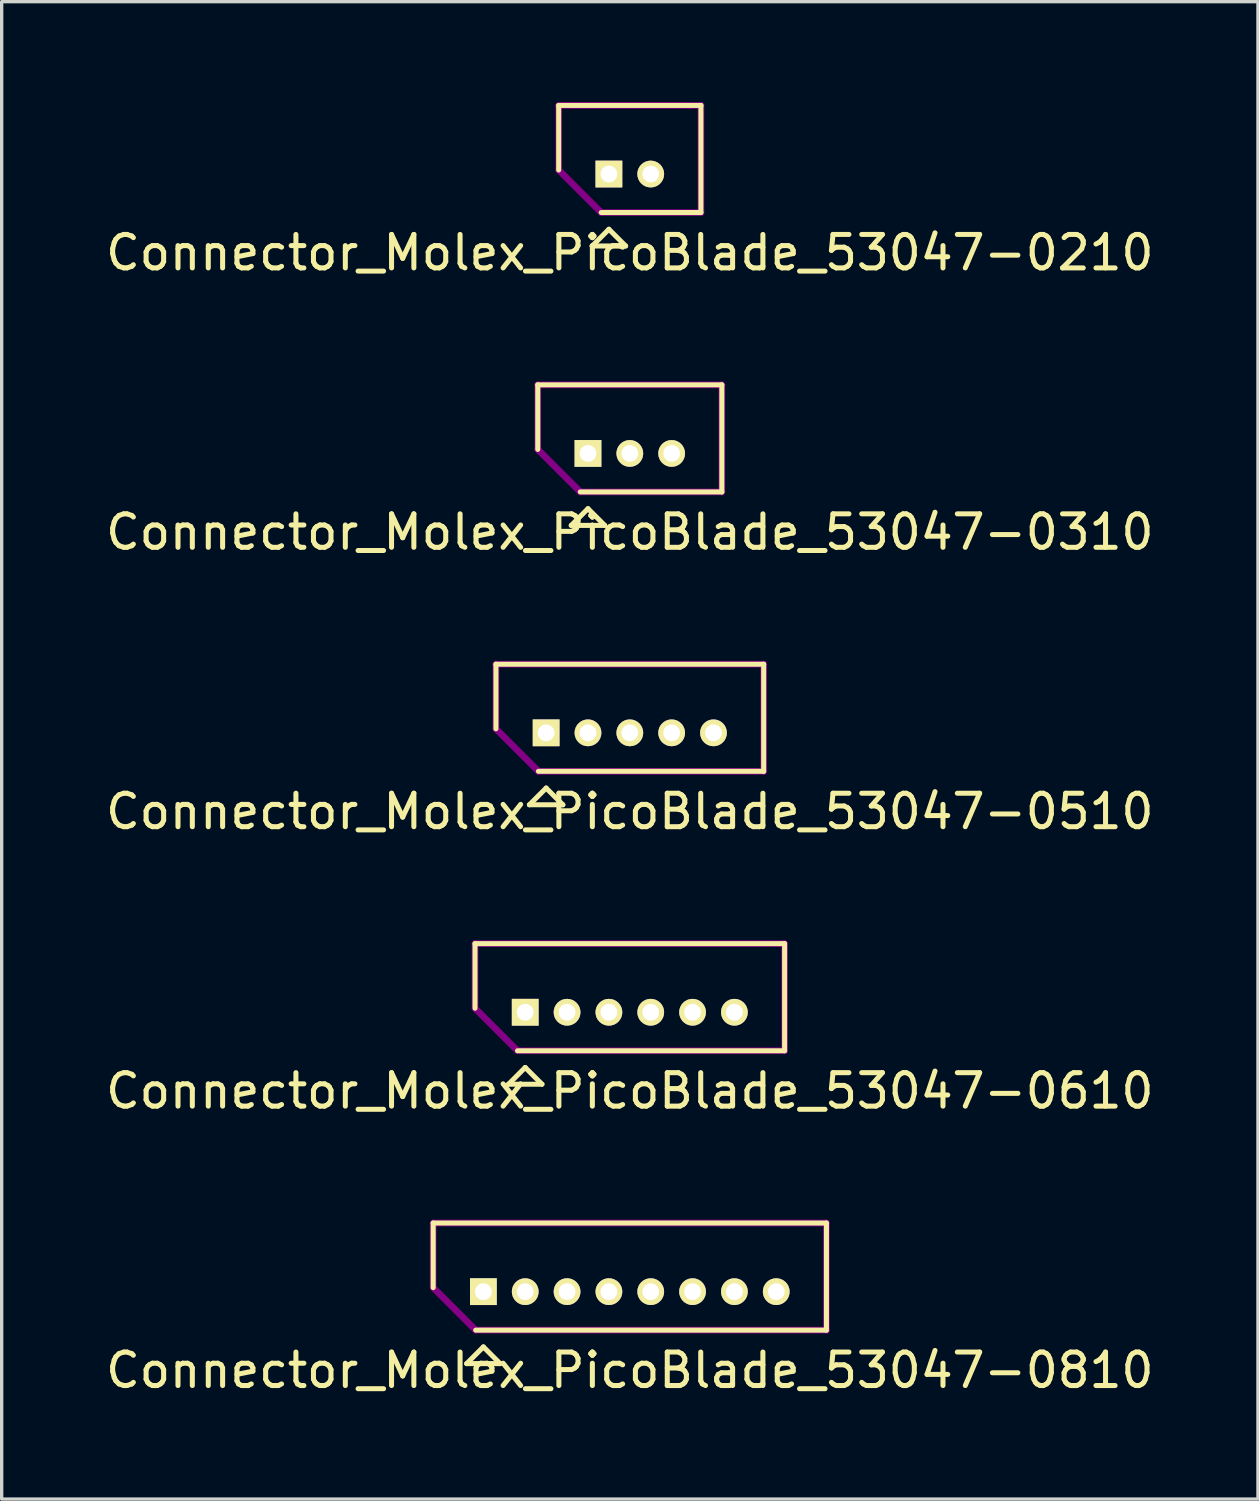
<source format=kicad_pcb>
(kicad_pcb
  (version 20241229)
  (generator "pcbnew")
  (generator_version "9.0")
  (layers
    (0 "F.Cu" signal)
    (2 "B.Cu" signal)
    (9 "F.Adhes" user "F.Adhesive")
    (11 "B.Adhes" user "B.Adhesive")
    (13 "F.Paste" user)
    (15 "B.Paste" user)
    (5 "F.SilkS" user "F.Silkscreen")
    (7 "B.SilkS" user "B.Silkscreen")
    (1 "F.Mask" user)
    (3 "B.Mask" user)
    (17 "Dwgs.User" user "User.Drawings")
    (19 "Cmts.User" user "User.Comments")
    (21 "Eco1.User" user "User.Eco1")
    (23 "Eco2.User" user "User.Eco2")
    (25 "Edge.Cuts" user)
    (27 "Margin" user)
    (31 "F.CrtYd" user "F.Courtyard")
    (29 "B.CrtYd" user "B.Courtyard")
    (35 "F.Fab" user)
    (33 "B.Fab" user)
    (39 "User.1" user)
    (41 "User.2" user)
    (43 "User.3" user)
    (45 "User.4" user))
  (footprint "Connector_Molex_PicoBlade_53047-0310"
    (layer "F.Cu")
    (at 14.518 10.498)
    (property "Reference" "Connector_Molex_PicoBlade_53047-0310" (at 1.25 2.35 0) (layer "F.SilkS") (effects (font (size 1 1) (thickness 0.15))))
    (attr through_hole)
    (fp_line (start -1.5 -2.05) (end 4 -2.05) (stroke (width 0.15) (type solid)) (layer "F.SilkS"))
    (fp_line (start -1.5 -0.12) (end -1.5 -2.05) (stroke (width 0.15) (type solid)) (layer "F.SilkS"))
    (fp_line (start -0.5 2.15) (end 0 1.65) (stroke (width 0.15) (type solid)) (layer "F.SilkS"))
    (fp_line (start 0 1.65) (end 0.5 2.15) (stroke (width 0.15) (type solid)) (layer "F.SilkS"))
    (fp_line (start 0.5 2.15) (end -0.5 2.15) (stroke (width 0.15) (type solid)) (layer "F.SilkS"))
    (fp_line (start 4 -2.05) (end 4 1.15) (stroke (width 0.15) (type solid)) (layer "F.SilkS"))
    (fp_line (start 4 1.15) (end -0.23 1.15) (stroke (width 0.15) (type solid)) (layer "F.SilkS"))
    (fp_line (start -1.5 -2.05) (end 4 -2.05) (stroke (width 0.2) (type solid)) (layer "F.Adhes"))
    (fp_line (start -1.5 -0.12) (end -1.5 -2.05) (stroke (width 0.2) (type solid)) (layer "F.Adhes"))
    (fp_line (start -0.23 1.15) (end -1.5 -0.12) (stroke (width 0.2) (type solid)) (layer "F.Adhes"))
    (fp_line (start 4 -2.05) (end 4 1.15) (stroke (width 0.2) (type solid)) (layer "F.Adhes"))
    (fp_line (start 4 1.15) (end -0.23 1.15) (stroke (width 0.2) (type solid)) (layer "F.Adhes"))
    (pad "1" thru_hole rect (at 0 0) (size 0.8 0.8) (drill 0.5) (layers "*.Cu" "*.Mask" "F.SilkS"))
    (pad "2" thru_hole oval (at 1.25 0) (size 0.8 0.8) (drill 0.5) (layers "*.Cu" "*.Mask" "F.SilkS"))
    (pad "3" thru_hole oval (at 2.5 0) (size 0.8 0.8) (drill 0.5) (layers "*.Cu" "*.Mask" "F.SilkS")))
  (footprint "Connector_Molex_PicoBlade_53047-0510"
    (layer "F.Cu")
    (at 13.268 18.846)
    (property "Reference" "Connector_Molex_PicoBlade_53047-0510" (at 2.5 2.35 0) (layer "F.SilkS") (effects (font (size 1 1) (thickness 0.15))))
    (attr through_hole)
    (fp_line (start -1.5 -2.05) (end 6.5 -2.05) (stroke (width 0.15) (type solid)) (layer "F.SilkS"))
    (fp_line (start -1.5 -0.12) (end -1.5 -2.05) (stroke (width 0.15) (type solid)) (layer "F.SilkS"))
    (fp_line (start -0.5 2.15) (end 0 1.65) (stroke (width 0.15) (type solid)) (layer "F.SilkS"))
    (fp_line (start 0 1.65) (end 0.5 2.15) (stroke (width 0.15) (type solid)) (layer "F.SilkS"))
    (fp_line (start 0.5 2.15) (end -0.5 2.15) (stroke (width 0.15) (type solid)) (layer "F.SilkS"))
    (fp_line (start 6.5 -2.05) (end 6.5 1.15) (stroke (width 0.15) (type solid)) (layer "F.SilkS"))
    (fp_line (start 6.5 1.15) (end -0.23 1.15) (stroke (width 0.15) (type solid)) (layer "F.SilkS"))
    (fp_line (start -1.5 -2.05) (end 6.5 -2.05) (stroke (width 0.2) (type solid)) (layer "F.Adhes"))
    (fp_line (start -1.5 -0.12) (end -1.5 -2.05) (stroke (width 0.2) (type solid)) (layer "F.Adhes"))
    (fp_line (start -0.23 1.15) (end -1.5 -0.12) (stroke (width 0.2) (type solid)) (layer "F.Adhes"))
    (fp_line (start 6.5 -2.05) (end 6.5 1.15) (stroke (width 0.2) (type solid)) (layer "F.Adhes"))
    (fp_line (start 6.5 1.15) (end -0.23 1.15) (stroke (width 0.2) (type solid)) (layer "F.Adhes"))
    (pad "1" thru_hole rect (at 0 0) (size 0.8 0.8) (drill 0.5) (layers "*.Cu" "*.Mask" "F.SilkS"))
    (pad "2" thru_hole oval (at 1.25 0) (size 0.8 0.8) (drill 0.5) (layers "*.Cu" "*.Mask" "F.SilkS"))
    (pad "3" thru_hole oval (at 2.5 0) (size 0.8 0.8) (drill 0.5) (layers "*.Cu" "*.Mask" "F.SilkS"))
    (pad "4" thru_hole oval (at 3.75 0) (size 0.8 0.8) (drill 0.5) (layers "*.Cu" "*.Mask" "F.SilkS"))
    (pad "5" thru_hole oval (at 5 0) (size 0.8 0.8) (drill 0.5) (layers "*.Cu" "*.Mask" "F.SilkS")))
  (footprint "Connector_Molex_PicoBlade_53047-0610"
    (layer "F.Cu")
    (at 12.643 27.195)
    (property "Reference" "Connector_Molex_PicoBlade_53047-0610" (at 3.125 2.35 0) (layer "F.SilkS") (effects (font (size 1 1) (thickness 0.15))))
    (attr through_hole)
    (fp_line (start -1.5 -2.05) (end 7.75 -2.05) (stroke (width 0.15) (type solid)) (layer "F.SilkS"))
    (fp_line (start -1.5 -0.12) (end -1.5 -2.05) (stroke (width 0.15) (type solid)) (layer "F.SilkS"))
    (fp_line (start -0.5 2.15) (end 0 1.65) (stroke (width 0.15) (type solid)) (layer "F.SilkS"))
    (fp_line (start 0 1.65) (end 0.5 2.15) (stroke (width 0.15) (type solid)) (layer "F.SilkS"))
    (fp_line (start 0.5 2.15) (end -0.5 2.15) (stroke (width 0.15) (type solid)) (layer "F.SilkS"))
    (fp_line (start 7.75 -2.05) (end 7.75 1.15) (stroke (width 0.15) (type solid)) (layer "F.SilkS"))
    (fp_line (start 7.75 1.15) (end -0.23 1.15) (stroke (width 0.15) (type solid)) (layer "F.SilkS"))
    (fp_line (start -1.5 -2.05) (end 7.75 -2.05) (stroke (width 0.2) (type solid)) (layer "F.Adhes"))
    (fp_line (start -1.5 -0.12) (end -1.5 -2.05) (stroke (width 0.2) (type solid)) (layer "F.Adhes"))
    (fp_line (start -0.23 1.15) (end -1.5 -0.12) (stroke (width 0.2) (type solid)) (layer "F.Adhes"))
    (fp_line (start 7.75 -2.05) (end 7.75 1.15) (stroke (width 0.2) (type solid)) (layer "F.Adhes"))
    (fp_line (start 7.75 1.15) (end -0.23 1.15) (stroke (width 0.2) (type solid)) (layer "F.Adhes"))
    (pad "1" thru_hole rect (at 0 0) (size 0.8 0.8) (drill 0.5) (layers "*.Cu" "*.Mask" "F.SilkS"))
    (pad "2" thru_hole oval (at 1.25 0) (size 0.8 0.8) (drill 0.5) (layers "*.Cu" "*.Mask" "F.SilkS"))
    (pad "3" thru_hole oval (at 2.5 0) (size 0.8 0.8) (drill 0.5) (layers "*.Cu" "*.Mask" "F.SilkS"))
    (pad "4" thru_hole oval (at 3.75 0) (size 0.8 0.8) (drill 0.5) (layers "*.Cu" "*.Mask" "F.SilkS"))
    (pad "5" thru_hole oval (at 5 0) (size 0.8 0.8) (drill 0.5) (layers "*.Cu" "*.Mask" "F.SilkS"))
    (pad "6" thru_hole oval (at 6.25 0) (size 0.8 0.8) (drill 0.5) (layers "*.Cu" "*.Mask" "F.SilkS")))
  (footprint "Connector_Molex_PicoBlade_53047-0810"
    (layer "F.Cu")
    (at 11.393 35.543)
    (property "Reference" "Connector_Molex_PicoBlade_53047-0810" (at 4.375 2.35 0) (layer "F.SilkS") (effects (font (size 1 1) (thickness 0.15))))
    (attr through_hole)
    (fp_line (start -1.5 -2.05) (end 10.25 -2.05) (stroke (width 0.15) (type solid)) (layer "F.SilkS"))
    (fp_line (start -1.5 -0.12) (end -1.5 -2.05) (stroke (width 0.15) (type solid)) (layer "F.SilkS"))
    (fp_line (start -0.5 2.15) (end 0 1.65) (stroke (width 0.15) (type solid)) (layer "F.SilkS"))
    (fp_line (start 0 1.65) (end 0.5 2.15) (stroke (width 0.15) (type solid)) (layer "F.SilkS"))
    (fp_line (start 0.5 2.15) (end -0.5 2.15) (stroke (width 0.15) (type solid)) (layer "F.SilkS"))
    (fp_line (start 10.25 -2.05) (end 10.25 1.15) (stroke (width 0.15) (type solid)) (layer "F.SilkS"))
    (fp_line (start 10.25 1.15) (end -0.23 1.15) (stroke (width 0.15) (type solid)) (layer "F.SilkS"))
    (fp_line (start -1.5 -2.05) (end 10.25 -2.05) (stroke (width 0.2) (type solid)) (layer "F.Adhes"))
    (fp_line (start -1.5 -0.12) (end -1.5 -2.05) (stroke (width 0.2) (type solid)) (layer "F.Adhes"))
    (fp_line (start -0.23 1.15) (end -1.5 -0.12) (stroke (width 0.2) (type solid)) (layer "F.Adhes"))
    (fp_line (start 10.25 -2.05) (end 10.25 1.15) (stroke (width 0.2) (type solid)) (layer "F.Adhes"))
    (fp_line (start 10.25 1.15) (end -0.23 1.15) (stroke (width 0.2) (type solid)) (layer "F.Adhes"))
    (pad "1" thru_hole rect (at 0 0) (size 0.8 0.8) (drill 0.5) (layers "*.Cu" "*.Mask" "F.SilkS"))
    (pad "2" thru_hole oval (at 1.25 0) (size 0.8 0.8) (drill 0.5) (layers "*.Cu" "*.Mask" "F.SilkS"))
    (pad "3" thru_hole oval (at 2.5 0) (size 0.8 0.8) (drill 0.5) (layers "*.Cu" "*.Mask" "F.SilkS"))
    (pad "4" thru_hole oval (at 3.75 0) (size 0.8 0.8) (drill 0.5) (layers "*.Cu" "*.Mask" "F.SilkS"))
    (pad "5" thru_hole oval (at 5 0) (size 0.8 0.8) (drill 0.5) (layers "*.Cu" "*.Mask" "F.SilkS"))
    (pad "6" thru_hole oval (at 6.25 0) (size 0.8 0.8) (drill 0.5) (layers "*.Cu" "*.Mask" "F.SilkS"))
    (pad "7" thru_hole oval (at 7.5 0) (size 0.8 0.8) (drill 0.5) (layers "*.Cu" "*.Mask" "F.SilkS"))
    (pad "8" thru_hole oval (at 8.75 0) (size 0.8 0.8) (drill 0.5) (layers "*.Cu" "*.Mask" "F.SilkS")))
  (footprint "Connector_Molex_PicoBlade_53047-0210"
    (layer "F.Cu")
    (at 15.143 2.15)
    (property "Reference" "Connector_Molex_PicoBlade_53047-0210" (at 0.625 2.35 0) (layer "F.SilkS") (effects (font (size 1 1) (thickness 0.15))))
    (attr through_hole)
    (fp_line (start -1.5 -2.05) (end 2.75 -2.05) (stroke (width 0.15) (type solid)) (layer "F.SilkS"))
    (fp_line (start -1.5 -0.12) (end -1.5 -2.05) (stroke (width 0.15) (type solid)) (layer "F.SilkS"))
    (fp_line (start -0.5 2.15) (end 0 1.65) (stroke (width 0.15) (type solid)) (layer "F.SilkS"))
    (fp_line (start 0 1.65) (end 0.5 2.15) (stroke (width 0.15) (type solid)) (layer "F.SilkS"))
    (fp_line (start 0.5 2.15) (end -0.5 2.15) (stroke (width 0.15) (type solid)) (layer "F.SilkS"))
    (fp_line (start 2.75 -2.05) (end 2.75 1.15) (stroke (width 0.15) (type solid)) (layer "F.SilkS"))
    (fp_line (start 2.75 1.15) (end -0.23 1.15) (stroke (width 0.15) (type solid)) (layer "F.SilkS"))
    (fp_line (start -1.5 -2.05) (end 2.75 -2.05) (stroke (width 0.2) (type solid)) (layer "F.Adhes"))
    (fp_line (start -1.5 -0.12) (end -1.5 -2.05) (stroke (width 0.2) (type solid)) (layer "F.Adhes"))
    (fp_line (start -0.23 1.15) (end -1.5 -0.12) (stroke (width 0.2) (type solid)) (layer "F.Adhes"))
    (fp_line (start 2.75 -2.05) (end 2.75 1.15) (stroke (width 0.2) (type solid)) (layer "F.Adhes"))
    (fp_line (start 2.75 1.15) (end -0.23 1.15) (stroke (width 0.2) (type solid)) (layer "F.Adhes"))
    (pad "1" thru_hole rect (at 0 0) (size 0.8 0.8) (drill 0.5) (layers "*.Cu" "*.Mask" "F.SilkS"))
    (pad "2" thru_hole oval (at 1.25 0) (size 0.8 0.8) (drill 0.5) (layers "*.Cu" "*.Mask" "F.SilkS")))
  (gr_rect
    (start -3 -3)
    (end 34.536 41.741)
    (stroke (width 0.1) (type default))
    (fill no)
    (layer "Edge.Cuts")))
</source>
